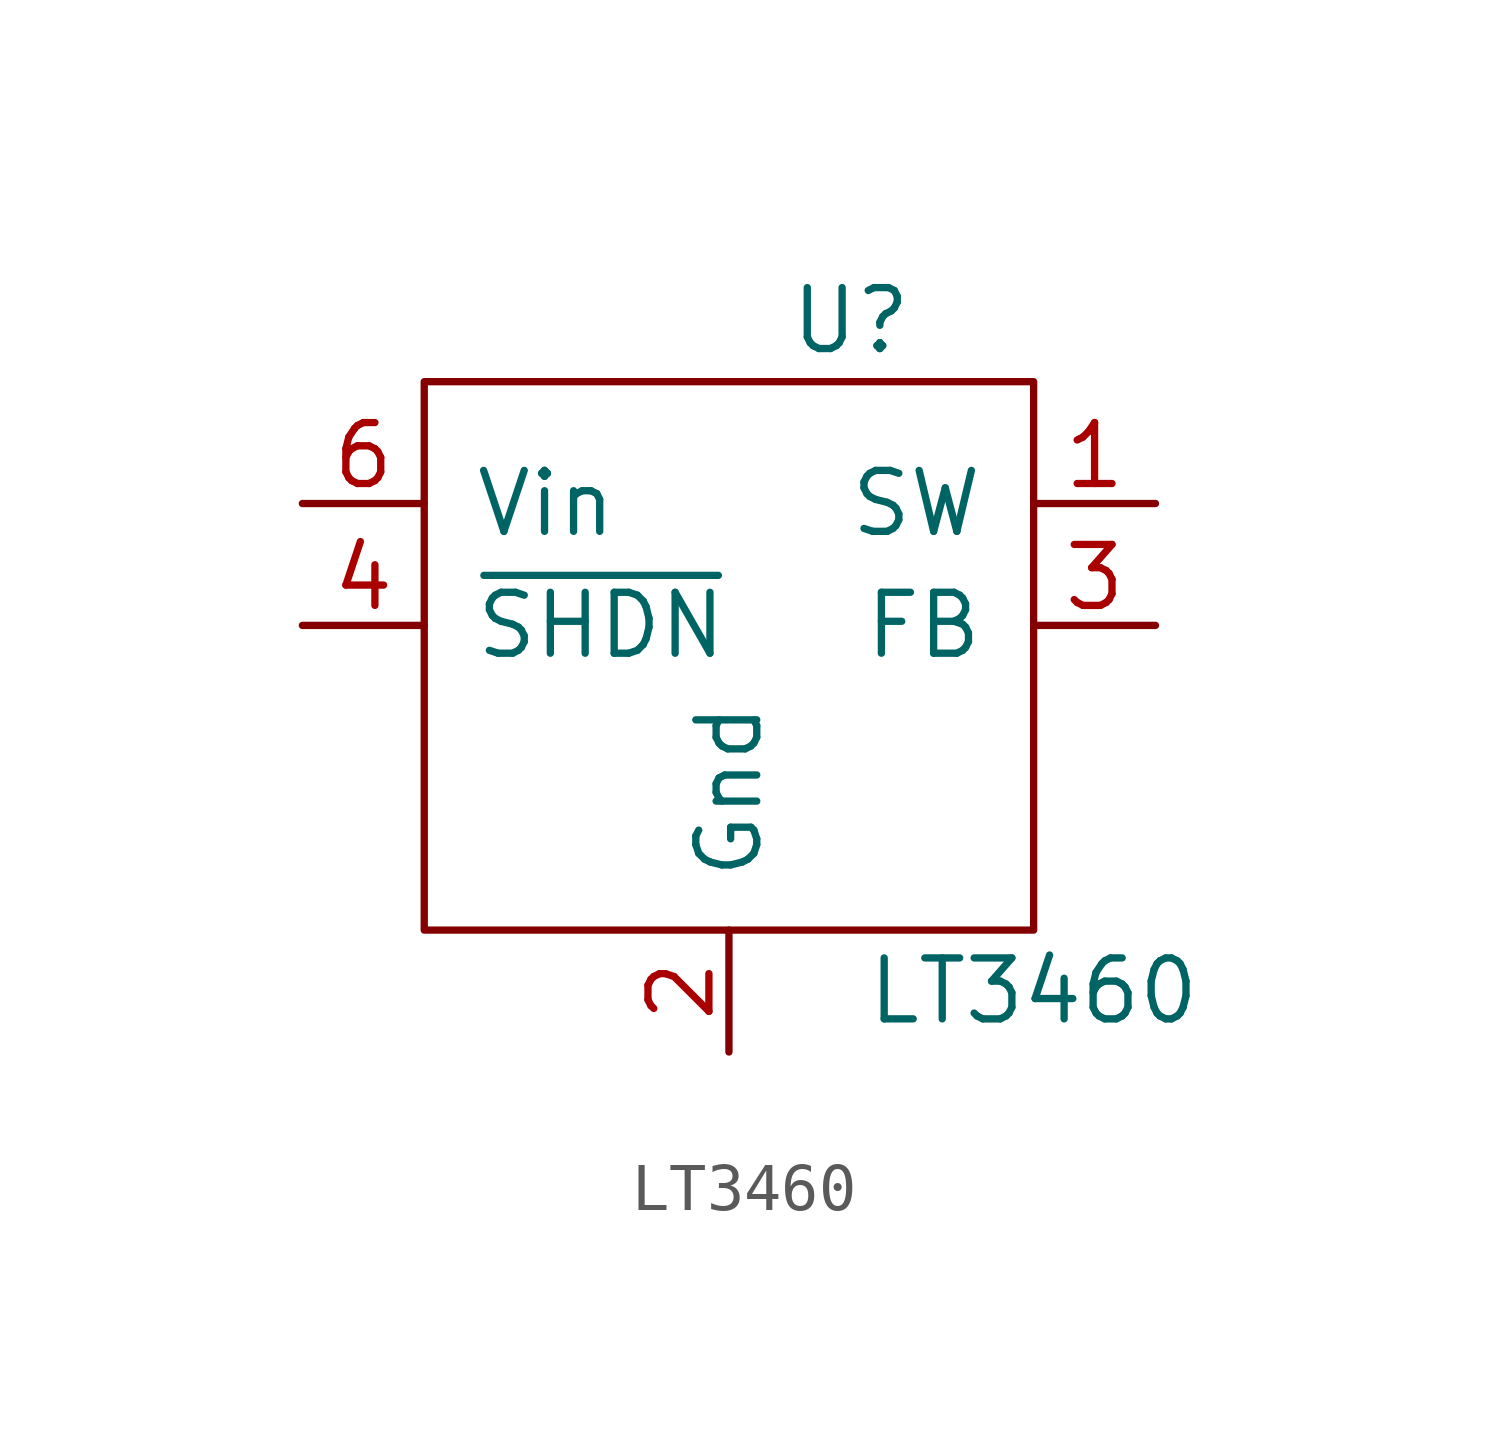
<source format=kicad_sym>
(kicad_symbol_lib
  (version 20201005)
  (generator kicad_symbol_editor)
  (symbol "LT3460"
    (pin_names
      (offset 1.016))
    (property "Reference" "U"
      (at 2.54 5.08 0)
      (effects (font (size 1.27 1.27))))
    (property "Value" "LT3460"
      (at 6.35 -8.89 0)
      (effects (font (size 1.27 1.27))))
    (symbol "LT3460_0_1"
      (rectangle (start -6.35 3.81) (end 6.35 -7.62) (stroke (width 0)) (fill (type none))))
    (symbol "LT3460_1_1"
      (pin power_out line (at 8.89 1.27 180) (length 2.54) (name "SW" (effects (font (size 1.27 1.27)))) (number "1" (effects (font (size 1.27 1.27)))))
      (pin power_in line (at 0 -10.16 90) (length 2.54) (name "Gnd" (effects (font (size 1.27 1.27)))) (number "2" (effects (font (size 1.27 1.27)))))
      (pin input line (at 8.89 -1.27 180) (length 2.54) (name "FB" (effects (font (size 1.27 1.27)))) (number "3" (effects (font (size 1.27 1.27)))))
      (pin input line (at -8.89 -1.27 0) (length 2.54) (name "~SHDN" (effects (font (size 1.27 1.27)))) (number "4" (effects (font (size 1.27 1.27)))))
      (pin power_in line (at 0 -10.16 90) (length 2.54) hide (name "Gnd" (effects (font (size 1.27 1.27)))) (number "5" (effects (font (size 1.27 1.27)))))
      (pin power_in line (at -8.89 1.27 0) (length 2.54) (name "Vin" (effects (font (size 1.27 1.27)))) (number "6" (effects (font (size 1.27 1.27))))))))
</source>
